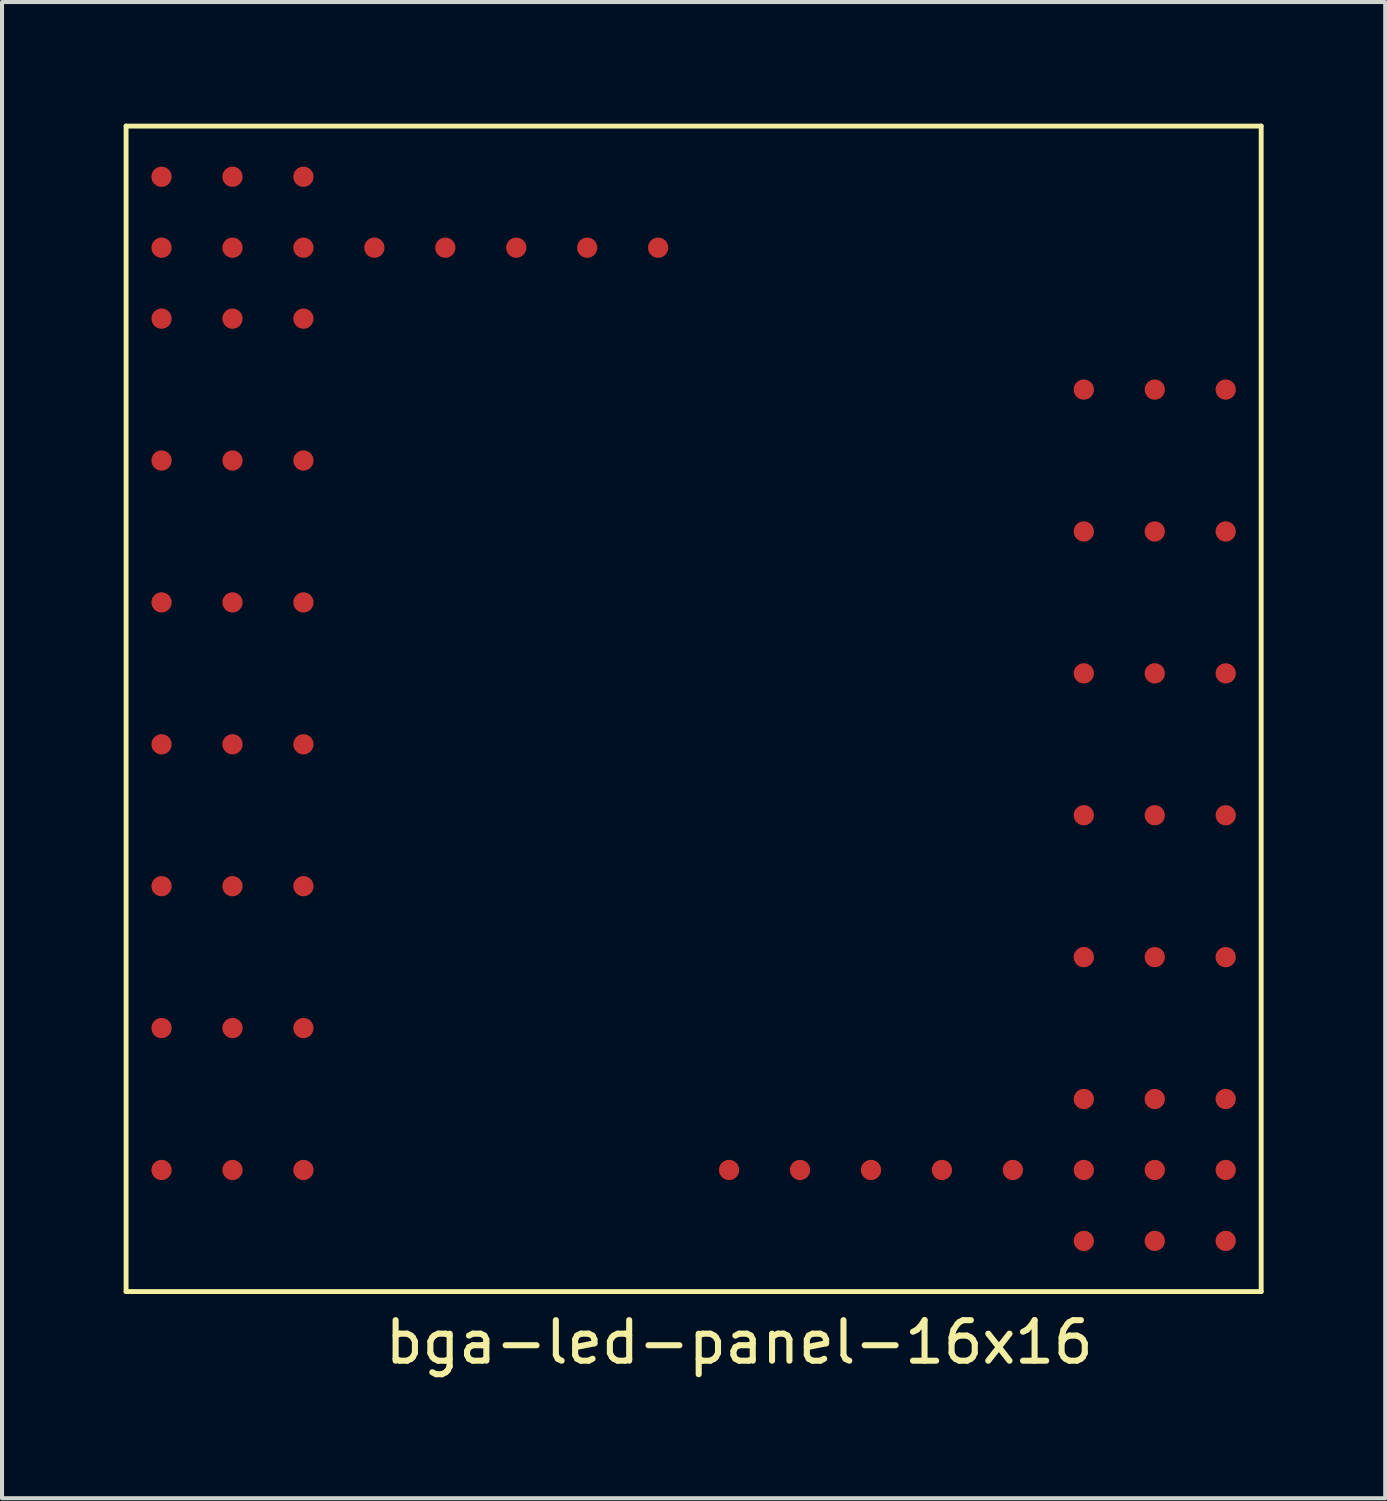
<source format=kicad_pcb>
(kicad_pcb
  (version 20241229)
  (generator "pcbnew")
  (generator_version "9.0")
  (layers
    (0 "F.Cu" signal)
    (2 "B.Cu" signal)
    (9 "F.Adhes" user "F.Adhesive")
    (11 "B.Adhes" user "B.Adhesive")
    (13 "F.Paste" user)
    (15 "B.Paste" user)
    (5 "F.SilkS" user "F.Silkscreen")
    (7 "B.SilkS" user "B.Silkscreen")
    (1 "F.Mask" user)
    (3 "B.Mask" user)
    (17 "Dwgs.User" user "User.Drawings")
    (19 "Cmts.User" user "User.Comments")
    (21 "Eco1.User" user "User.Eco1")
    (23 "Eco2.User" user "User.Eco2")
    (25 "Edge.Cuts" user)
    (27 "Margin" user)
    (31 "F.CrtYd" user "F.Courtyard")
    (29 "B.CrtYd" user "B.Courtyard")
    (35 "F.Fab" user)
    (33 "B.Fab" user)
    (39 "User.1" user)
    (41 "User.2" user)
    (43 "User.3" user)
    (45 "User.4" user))
  (footprint "bga-led-panel-16x16"
    (layer "F.Cu")
    (at 14.06 14.43)
    (property "Reference" "bga-led-panel-16x16" (at 1.125 15.63 0) (layer "F.SilkS") (effects (font (size 1 1) (thickness 0.15))))
    (attr through_hole)
    (fp_line (start -14 -14.37) (end -14 14.38) (stroke (width 0.12) (type solid)) (layer "F.SilkS"))
    (fp_line (start -14 14.38) (end 14 14.38) (stroke (width 0.12) (type solid)) (layer "F.SilkS"))
    (fp_line (start 14 -14.37) (end -14 -14.37) (stroke (width 0.12) (type solid)) (layer "F.SilkS"))
    (fp_line (start 14 -14.37) (end 14 14.38) (stroke (width 0.12) (type solid)) (layer "F.SilkS"))
    (pad "A1" smd circle (at -13.125 -13.12) (size 0.5 0.5) (layers "F.Cu" "F.Mask"))
    (pad "A2" smd circle (at -11.375 -13.12) (size 0.5 0.5) (layers "F.Cu" "F.Mask"))
    (pad "A3" smd circle (at -9.625 -13.12) (size 0.5 0.5) (layers "F.Cu" "F.Mask"))
    (pad "B1" smd circle (at -13.125 -11.37) (size 0.5 0.5) (layers "F.Cu" "F.Mask"))
    (pad "B2" smd circle (at -11.375 -11.37) (size 0.5 0.5) (layers "F.Cu" "F.Mask"))
    (pad "B3" smd circle (at -9.625 -11.37) (size 0.5 0.5) (layers "F.Cu" "F.Mask"))
    (pad "B4" smd circle (at -7.875 -11.37) (size 0.5 0.5) (layers "F.Cu" "F.Mask"))
    (pad "B5" smd circle (at -6.125 -11.37) (size 0.5 0.5) (layers "F.Cu" "F.Mask"))
    (pad "B6" smd circle (at -4.375 -11.37) (size 0.5 0.5) (layers "F.Cu" "F.Mask"))
    (pad "B7" smd circle (at -2.625 -11.37) (size 0.5 0.5) (layers "F.Cu" "F.Mask"))
    (pad "B8" smd circle (at -0.875 -11.37) (size 0.5 0.5) (layers "F.Cu" "F.Mask"))
    (pad "C1" smd circle (at -13.125 -9.62) (size 0.5 0.5) (layers "F.Cu" "F.Mask"))
    (pad "C2" smd circle (at -11.375 -9.62) (size 0.5 0.5) (layers "F.Cu" "F.Mask"))
    (pad "C3" smd circle (at -9.625 -9.62) (size 0.5 0.5) (layers "F.Cu" "F.Mask"))
    (pad "D14" smd circle (at 9.625 -7.87) (size 0.5 0.5) (layers "F.Cu" "F.Mask"))
    (pad "D15" smd circle (at 11.375 -7.87) (size 0.5 0.5) (layers "F.Cu" "F.Mask"))
    (pad "D16" smd circle (at 13.125 -7.87) (size 0.5 0.5) (layers "F.Cu" "F.Mask"))
    (pad "E1" smd circle (at -13.125 -6.12) (size 0.5 0.5) (layers "F.Cu" "F.Mask"))
    (pad "E2" smd circle (at -11.375 -6.12) (size 0.5 0.5) (layers "F.Cu" "F.Mask"))
    (pad "E3" smd circle (at -9.625 -6.12) (size 0.5 0.5) (layers "F.Cu" "F.Mask"))
    (pad "F14" smd circle (at 9.625 -4.37) (size 0.5 0.5) (layers "F.Cu" "F.Mask"))
    (pad "F15" smd circle (at 11.375 -4.37) (size 0.5 0.5) (layers "F.Cu" "F.Mask"))
    (pad "F16" smd circle (at 13.125 -4.37) (size 0.5 0.5) (layers "F.Cu" "F.Mask"))
    (pad "G1" smd circle (at -13.125 -2.62) (size 0.5 0.5) (layers "F.Cu" "F.Mask"))
    (pad "G2" smd circle (at -11.375 -2.62) (size 0.5 0.5) (layers "F.Cu" "F.Mask"))
    (pad "G3" smd circle (at -9.625 -2.62) (size 0.5 0.5) (layers "F.Cu" "F.Mask"))
    (pad "H14" smd circle (at 9.625 -0.87) (size 0.5 0.5) (layers "F.Cu" "F.Mask"))
    (pad "H15" smd circle (at 11.375 -0.87) (size 0.5 0.5) (layers "F.Cu" "F.Mask"))
    (pad "H16" smd circle (at 13.125 -0.87) (size 0.5 0.5) (layers "F.Cu" "F.Mask"))
    (pad "J1" smd circle (at -13.125 0.88) (size 0.5 0.5) (layers "F.Cu" "F.Mask"))
    (pad "J2" smd circle (at -11.375 0.88) (size 0.5 0.5) (layers "F.Cu" "F.Mask"))
    (pad "J3" smd circle (at -9.625 0.88) (size 0.5 0.5) (layers "F.Cu" "F.Mask"))
    (pad "K14" smd circle (at 9.625 2.63) (size 0.5 0.5) (layers "F.Cu" "F.Mask"))
    (pad "K15" smd circle (at 11.375 2.63) (size 0.5 0.5) (layers "F.Cu" "F.Mask"))
    (pad "K16" smd circle (at 13.125 2.63) (size 0.5 0.5) (layers "F.Cu" "F.Mask"))
    (pad "L1" smd circle (at -13.125 4.38) (size 0.5 0.5) (layers "F.Cu" "F.Mask"))
    (pad "L2" smd circle (at -11.375 4.38) (size 0.5 0.5) (layers "F.Cu" "F.Mask"))
    (pad "L3" smd circle (at -9.625 4.38) (size 0.5 0.5) (layers "F.Cu" "F.Mask"))
    (pad "M14" smd circle (at 9.625 6.13) (size 0.5 0.5) (layers "F.Cu" "F.Mask"))
    (pad "M15" smd circle (at 11.375 6.13) (size 0.5 0.5) (layers "F.Cu" "F.Mask"))
    (pad "M16" smd circle (at 13.125 6.13) (size 0.5 0.5) (layers "F.Cu" "F.Mask"))
    (pad "N1" smd circle (at -13.125 7.88) (size 0.5 0.5) (layers "F.Cu" "F.Mask"))
    (pad "N2" smd circle (at -11.375 7.88) (size 0.5 0.5) (layers "F.Cu" "F.Mask"))
    (pad "N3" smd circle (at -9.625 7.88) (size 0.5 0.5) (layers "F.Cu" "F.Mask"))
    (pad "P14" smd circle (at 9.625 9.63) (size 0.5 0.5) (layers "F.Cu" "F.Mask"))
    (pad "P15" smd circle (at 11.375 9.63) (size 0.5 0.5) (layers "F.Cu" "F.Mask"))
    (pad "P16" smd circle (at 13.125 9.63) (size 0.5 0.5) (layers "F.Cu" "F.Mask"))
    (pad "R1" smd circle (at -13.125 11.38) (size 0.5 0.5) (layers "F.Cu" "F.Mask"))
    (pad "R2" smd circle (at -11.375 11.38) (size 0.5 0.5) (layers "F.Cu" "F.Mask"))
    (pad "R3" smd circle (at -9.625 11.38) (size 0.5 0.5) (layers "F.Cu" "F.Mask"))
    (pad "R9" smd circle (at 0.875 11.38) (size 0.5 0.5) (layers "F.Cu" "F.Mask"))
    (pad "R10" smd circle (at 2.625 11.38) (size 0.5 0.5) (layers "F.Cu" "F.Mask"))
    (pad "R11" smd circle (at 4.375 11.38) (size 0.5 0.5) (layers "F.Cu" "F.Mask"))
    (pad "R12" smd circle (at 6.125 11.38) (size 0.5 0.5) (layers "F.Cu" "F.Mask"))
    (pad "R13" smd circle (at 7.875 11.38) (size 0.5 0.5) (layers "F.Cu" "F.Mask"))
    (pad "R14" smd circle (at 9.625 11.38) (size 0.5 0.5) (layers "F.Cu" "F.Mask"))
    (pad "R15" smd circle (at 11.375 11.38) (size 0.5 0.5) (layers "F.Cu" "F.Mask"))
    (pad "R16" smd circle (at 13.125 11.38) (size 0.5 0.5) (layers "F.Cu" "F.Mask"))
    (pad "T14" smd circle (at 9.625 13.13) (size 0.5 0.5) (layers "F.Cu" "F.Mask"))
    (pad "T15" smd circle (at 11.375 13.13) (size 0.5 0.5) (layers "F.Cu" "F.Mask"))
    (pad "T16" smd circle (at 13.125 13.13) (size 0.5 0.5) (layers "F.Cu" "F.Mask")))
  (gr_rect
    (start -3 -3)
    (end 31.12 33.908)
    (stroke (width 0.1) (type default))
    (fill no)
    (layer "Edge.Cuts")))
</source>
